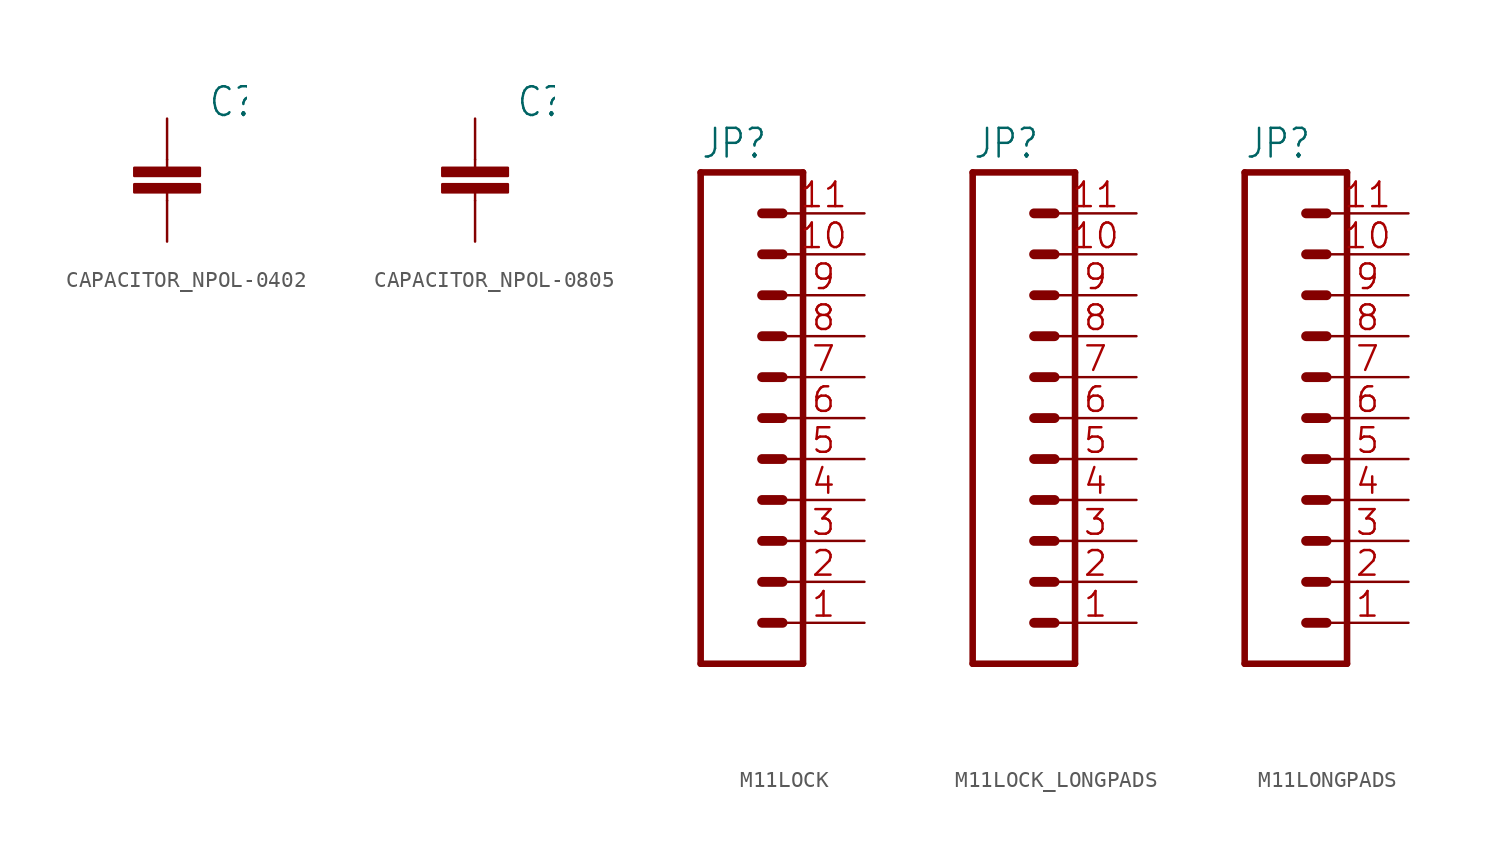
<source format=kicad_sym>
(kicad_symbol_lib
  (version 20241209)
  (generator "kicad_symbol_editor")
  (generator_version "9.0")
  (symbol "CAPACITOR_NPOL-0402"
    (property "Reference" "C"
      (at 2.54 5.08 0)
      (effects (font (size 1.778 1.511)) (justify left bottom)))
    (property "Value" ""
      (at 2.54 2.54 0)
      (effects (font (size 1.778 1.511)) (justify left bottom)))
    (property "ki_locked" ""
      (at 0 0 0)
      (effects (font (size 1.27 1.27))))
    (symbol "CAPACITOR_NPOL-0402_1_0"
      (rectangle (start -2.032 1.524) (end 2.032 2.032) (stroke (width 0) (type default)) (fill (type outline)))
      (rectangle (start -2.032 0.508) (end 2.032 1.016) (stroke (width 0) (type default)) (fill (type outline)))
      (polyline (pts (xy 0 2.54) (xy 0 2.032)) (stroke (width 0.152) (type solid)) (fill (type none)))
      (polyline (pts (xy 0 0) (xy 0 0.508)) (stroke (width 0.152) (type solid)) (fill (type none)))
      (pin passive line (at 0 5.08 270) (length 2.54) (name "1" (effects (font (size 0 0)))) (number "1" (effects (font (size 0 0)))))
      (pin passive line (at 0 -2.54 90) (length 2.54) (name "2" (effects (font (size 0 0)))) (number "2" (effects (font (size 0 0)))))))
  (symbol "CAPACITOR_NPOL-0805"
    (property "Reference" "C"
      (at 2.54 5.08 0)
      (effects (font (size 1.778 1.511)) (justify left bottom)))
    (property "Value" ""
      (at 2.54 2.54 0)
      (effects (font (size 1.778 1.511)) (justify left bottom)))
    (property "ki_locked" ""
      (at 0 0 0)
      (effects (font (size 1.27 1.27))))
    (symbol "CAPACITOR_NPOL-0805_1_0"
      (rectangle (start -2.032 1.524) (end 2.032 2.032) (stroke (width 0) (type default)) (fill (type outline)))
      (rectangle (start -2.032 0.508) (end 2.032 1.016) (stroke (width 0) (type default)) (fill (type outline)))
      (polyline (pts (xy 0 2.54) (xy 0 2.032)) (stroke (width 0.152) (type solid)) (fill (type none)))
      (polyline (pts (xy 0 0) (xy 0 0.508)) (stroke (width 0.152) (type solid)) (fill (type none)))
      (pin passive line (at 0 5.08 270) (length 2.54) (name "1" (effects (font (size 0 0)))) (number "1" (effects (font (size 0 0)))))
      (pin passive line (at 0 -2.54 90) (length 2.54) (name "2" (effects (font (size 0 0)))) (number "2" (effects (font (size 0 0)))))))
  (symbol "M11LOCK"
    (property "Reference" "JP"
      (at 0 16.002 0)
      (effects (font (size 1.778 1.511)) (justify left bottom)))
    (property "Value" ""
      (at 0 -17.78 0)
      (effects (font (size 1.778 1.511)) (justify left bottom)))
    (property "ki_locked" ""
      (at 0 0 0)
      (effects (font (size 1.27 1.27))))
    (symbol "M11LOCK_1_0"
      (polyline (pts (xy 0 15.24) (xy 0 -15.24)) (stroke (width 0.406) (type solid)) (fill (type none)))
      (polyline (pts (xy 0 15.24) (xy 6.35 15.24)) (stroke (width 0.406) (type solid)) (fill (type none)))
      (polyline (pts (xy 3.81 12.7) (xy 5.08 12.7)) (stroke (width 0.61) (type solid)) (fill (type none)))
      (polyline (pts (xy 3.81 10.16) (xy 5.08 10.16)) (stroke (width 0.61) (type solid)) (fill (type none)))
      (polyline (pts (xy 3.81 7.62) (xy 5.08 7.62)) (stroke (width 0.61) (type solid)) (fill (type none)))
      (polyline (pts (xy 3.81 5.08) (xy 5.08 5.08)) (stroke (width 0.61) (type solid)) (fill (type none)))
      (polyline (pts (xy 3.81 2.54) (xy 5.08 2.54)) (stroke (width 0.61) (type solid)) (fill (type none)))
      (polyline (pts (xy 3.81 0) (xy 5.08 0)) (stroke (width 0.61) (type solid)) (fill (type none)))
      (polyline (pts (xy 3.81 -2.54) (xy 5.08 -2.54)) (stroke (width 0.61) (type solid)) (fill (type none)))
      (polyline (pts (xy 3.81 -5.08) (xy 5.08 -5.08)) (stroke (width 0.61) (type solid)) (fill (type none)))
      (polyline (pts (xy 3.81 -7.62) (xy 5.08 -7.62)) (stroke (width 0.61) (type solid)) (fill (type none)))
      (polyline (pts (xy 3.81 -10.16) (xy 5.08 -10.16)) (stroke (width 0.61) (type solid)) (fill (type none)))
      (polyline (pts (xy 3.81 -12.7) (xy 5.08 -12.7)) (stroke (width 0.61) (type solid)) (fill (type none)))
      (polyline (pts (xy 6.35 -15.24) (xy 0 -15.24)) (stroke (width 0.406) (type solid)) (fill (type none)))
      (polyline (pts (xy 6.35 -15.24) (xy 6.35 15.24)) (stroke (width 0.406) (type solid)) (fill (type none)))
      (pin passive line (at 10.16 12.7 180) (length 5.08) (name "11" (effects (font (size 0 0)))) (number "11" (effects (font (size 1.524 1.524)))))
      (pin passive line (at 10.16 10.16 180) (length 5.08) (name "10" (effects (font (size 0 0)))) (number "10" (effects (font (size 1.524 1.524)))))
      (pin passive line (at 10.16 7.62 180) (length 5.08) (name "9" (effects (font (size 0 0)))) (number "9" (effects (font (size 1.524 1.524)))))
      (pin passive line (at 10.16 5.08 180) (length 5.08) (name "8" (effects (font (size 0 0)))) (number "8" (effects (font (size 1.524 1.524)))))
      (pin passive line (at 10.16 2.54 180) (length 5.08) (name "7" (effects (font (size 0 0)))) (number "7" (effects (font (size 1.524 1.524)))))
      (pin passive line (at 10.16 0 180) (length 5.08) (name "6" (effects (font (size 0 0)))) (number "6" (effects (font (size 1.524 1.524)))))
      (pin passive line (at 10.16 -2.54 180) (length 5.08) (name "5" (effects (font (size 0 0)))) (number "5" (effects (font (size 1.524 1.524)))))
      (pin passive line (at 10.16 -5.08 180) (length 5.08) (name "4" (effects (font (size 0 0)))) (number "4" (effects (font (size 1.524 1.524)))))
      (pin passive line (at 10.16 -7.62 180) (length 5.08) (name "3" (effects (font (size 0 0)))) (number "3" (effects (font (size 1.524 1.524)))))
      (pin passive line (at 10.16 -10.16 180) (length 5.08) (name "2" (effects (font (size 0 0)))) (number "2" (effects (font (size 1.524 1.524)))))
      (pin passive line (at 10.16 -12.7 180) (length 5.08) (name "1" (effects (font (size 0 0)))) (number "1" (effects (font (size 1.524 1.524)))))))
  (symbol "M11LOCK_LONGPADS"
    (property "Reference" "JP"
      (at 0 16.002 0)
      (effects (font (size 1.778 1.511)) (justify left bottom)))
    (property "Value" ""
      (at 0 -17.78 0)
      (effects (font (size 1.778 1.511)) (justify left bottom)))
    (property "ki_locked" ""
      (at 0 0 0)
      (effects (font (size 1.27 1.27))))
    (symbol "M11LOCK_LONGPADS_1_0"
      (polyline (pts (xy 0 15.24) (xy 0 -15.24)) (stroke (width 0.406) (type solid)) (fill (type none)))
      (polyline (pts (xy 0 15.24) (xy 6.35 15.24)) (stroke (width 0.406) (type solid)) (fill (type none)))
      (polyline (pts (xy 3.81 12.7) (xy 5.08 12.7)) (stroke (width 0.61) (type solid)) (fill (type none)))
      (polyline (pts (xy 3.81 10.16) (xy 5.08 10.16)) (stroke (width 0.61) (type solid)) (fill (type none)))
      (polyline (pts (xy 3.81 7.62) (xy 5.08 7.62)) (stroke (width 0.61) (type solid)) (fill (type none)))
      (polyline (pts (xy 3.81 5.08) (xy 5.08 5.08)) (stroke (width 0.61) (type solid)) (fill (type none)))
      (polyline (pts (xy 3.81 2.54) (xy 5.08 2.54)) (stroke (width 0.61) (type solid)) (fill (type none)))
      (polyline (pts (xy 3.81 0) (xy 5.08 0)) (stroke (width 0.61) (type solid)) (fill (type none)))
      (polyline (pts (xy 3.81 -2.54) (xy 5.08 -2.54)) (stroke (width 0.61) (type solid)) (fill (type none)))
      (polyline (pts (xy 3.81 -5.08) (xy 5.08 -5.08)) (stroke (width 0.61) (type solid)) (fill (type none)))
      (polyline (pts (xy 3.81 -7.62) (xy 5.08 -7.62)) (stroke (width 0.61) (type solid)) (fill (type none)))
      (polyline (pts (xy 3.81 -10.16) (xy 5.08 -10.16)) (stroke (width 0.61) (type solid)) (fill (type none)))
      (polyline (pts (xy 3.81 -12.7) (xy 5.08 -12.7)) (stroke (width 0.61) (type solid)) (fill (type none)))
      (polyline (pts (xy 6.35 -15.24) (xy 0 -15.24)) (stroke (width 0.406) (type solid)) (fill (type none)))
      (polyline (pts (xy 6.35 -15.24) (xy 6.35 15.24)) (stroke (width 0.406) (type solid)) (fill (type none)))
      (pin passive line (at 10.16 12.7 180) (length 5.08) (name "11" (effects (font (size 0 0)))) (number "11" (effects (font (size 1.524 1.524)))))
      (pin passive line (at 10.16 10.16 180) (length 5.08) (name "10" (effects (font (size 0 0)))) (number "10" (effects (font (size 1.524 1.524)))))
      (pin passive line (at 10.16 7.62 180) (length 5.08) (name "9" (effects (font (size 0 0)))) (number "9" (effects (font (size 1.524 1.524)))))
      (pin passive line (at 10.16 5.08 180) (length 5.08) (name "8" (effects (font (size 0 0)))) (number "8" (effects (font (size 1.524 1.524)))))
      (pin passive line (at 10.16 2.54 180) (length 5.08) (name "7" (effects (font (size 0 0)))) (number "7" (effects (font (size 1.524 1.524)))))
      (pin passive line (at 10.16 0 180) (length 5.08) (name "6" (effects (font (size 0 0)))) (number "6" (effects (font (size 1.524 1.524)))))
      (pin passive line (at 10.16 -2.54 180) (length 5.08) (name "5" (effects (font (size 0 0)))) (number "5" (effects (font (size 1.524 1.524)))))
      (pin passive line (at 10.16 -5.08 180) (length 5.08) (name "4" (effects (font (size 0 0)))) (number "4" (effects (font (size 1.524 1.524)))))
      (pin passive line (at 10.16 -7.62 180) (length 5.08) (name "3" (effects (font (size 0 0)))) (number "3" (effects (font (size 1.524 1.524)))))
      (pin passive line (at 10.16 -10.16 180) (length 5.08) (name "2" (effects (font (size 0 0)))) (number "2" (effects (font (size 1.524 1.524)))))
      (pin passive line (at 10.16 -12.7 180) (length 5.08) (name "1" (effects (font (size 0 0)))) (number "1" (effects (font (size 1.524 1.524)))))))
  (symbol "M11LONGPADS"
    (property "Reference" "JP"
      (at 0 16.002 0)
      (effects (font (size 1.778 1.511)) (justify left bottom)))
    (property "Value" ""
      (at 0 -17.78 0)
      (effects (font (size 1.778 1.511)) (justify left bottom)))
    (property "ki_locked" ""
      (at 0 0 0)
      (effects (font (size 1.27 1.27))))
    (symbol "M11LONGPADS_1_0"
      (polyline (pts (xy 0 15.24) (xy 0 -15.24)) (stroke (width 0.406) (type solid)) (fill (type none)))
      (polyline (pts (xy 0 15.24) (xy 6.35 15.24)) (stroke (width 0.406) (type solid)) (fill (type none)))
      (polyline (pts (xy 3.81 12.7) (xy 5.08 12.7)) (stroke (width 0.61) (type solid)) (fill (type none)))
      (polyline (pts (xy 3.81 10.16) (xy 5.08 10.16)) (stroke (width 0.61) (type solid)) (fill (type none)))
      (polyline (pts (xy 3.81 7.62) (xy 5.08 7.62)) (stroke (width 0.61) (type solid)) (fill (type none)))
      (polyline (pts (xy 3.81 5.08) (xy 5.08 5.08)) (stroke (width 0.61) (type solid)) (fill (type none)))
      (polyline (pts (xy 3.81 2.54) (xy 5.08 2.54)) (stroke (width 0.61) (type solid)) (fill (type none)))
      (polyline (pts (xy 3.81 0) (xy 5.08 0)) (stroke (width 0.61) (type solid)) (fill (type none)))
      (polyline (pts (xy 3.81 -2.54) (xy 5.08 -2.54)) (stroke (width 0.61) (type solid)) (fill (type none)))
      (polyline (pts (xy 3.81 -5.08) (xy 5.08 -5.08)) (stroke (width 0.61) (type solid)) (fill (type none)))
      (polyline (pts (xy 3.81 -7.62) (xy 5.08 -7.62)) (stroke (width 0.61) (type solid)) (fill (type none)))
      (polyline (pts (xy 3.81 -10.16) (xy 5.08 -10.16)) (stroke (width 0.61) (type solid)) (fill (type none)))
      (polyline (pts (xy 3.81 -12.7) (xy 5.08 -12.7)) (stroke (width 0.61) (type solid)) (fill (type none)))
      (polyline (pts (xy 6.35 -15.24) (xy 0 -15.24)) (stroke (width 0.406) (type solid)) (fill (type none)))
      (polyline (pts (xy 6.35 -15.24) (xy 6.35 15.24)) (stroke (width 0.406) (type solid)) (fill (type none)))
      (pin passive line (at 10.16 12.7 180) (length 5.08) (name "11" (effects (font (size 0 0)))) (number "11" (effects (font (size 1.524 1.524)))))
      (pin passive line (at 10.16 10.16 180) (length 5.08) (name "10" (effects (font (size 0 0)))) (number "10" (effects (font (size 1.524 1.524)))))
      (pin passive line (at 10.16 7.62 180) (length 5.08) (name "9" (effects (font (size 0 0)))) (number "9" (effects (font (size 1.524 1.524)))))
      (pin passive line (at 10.16 5.08 180) (length 5.08) (name "8" (effects (font (size 0 0)))) (number "8" (effects (font (size 1.524 1.524)))))
      (pin passive line (at 10.16 2.54 180) (length 5.08) (name "7" (effects (font (size 0 0)))) (number "7" (effects (font (size 1.524 1.524)))))
      (pin passive line (at 10.16 0 180) (length 5.08) (name "6" (effects (font (size 0 0)))) (number "6" (effects (font (size 1.524 1.524)))))
      (pin passive line (at 10.16 -2.54 180) (length 5.08) (name "5" (effects (font (size 0 0)))) (number "5" (effects (font (size 1.524 1.524)))))
      (pin passive line (at 10.16 -5.08 180) (length 5.08) (name "4" (effects (font (size 0 0)))) (number "4" (effects (font (size 1.524 1.524)))))
      (pin passive line (at 10.16 -7.62 180) (length 5.08) (name "3" (effects (font (size 0 0)))) (number "3" (effects (font (size 1.524 1.524)))))
      (pin passive line (at 10.16 -10.16 180) (length 5.08) (name "2" (effects (font (size 0 0)))) (number "2" (effects (font (size 1.524 1.524)))))
      (pin passive line (at 10.16 -12.7 180) (length 5.08) (name "1" (effects (font (size 0 0)))) (number "1" (effects (font (size 1.524 1.524))))))))
</source>
